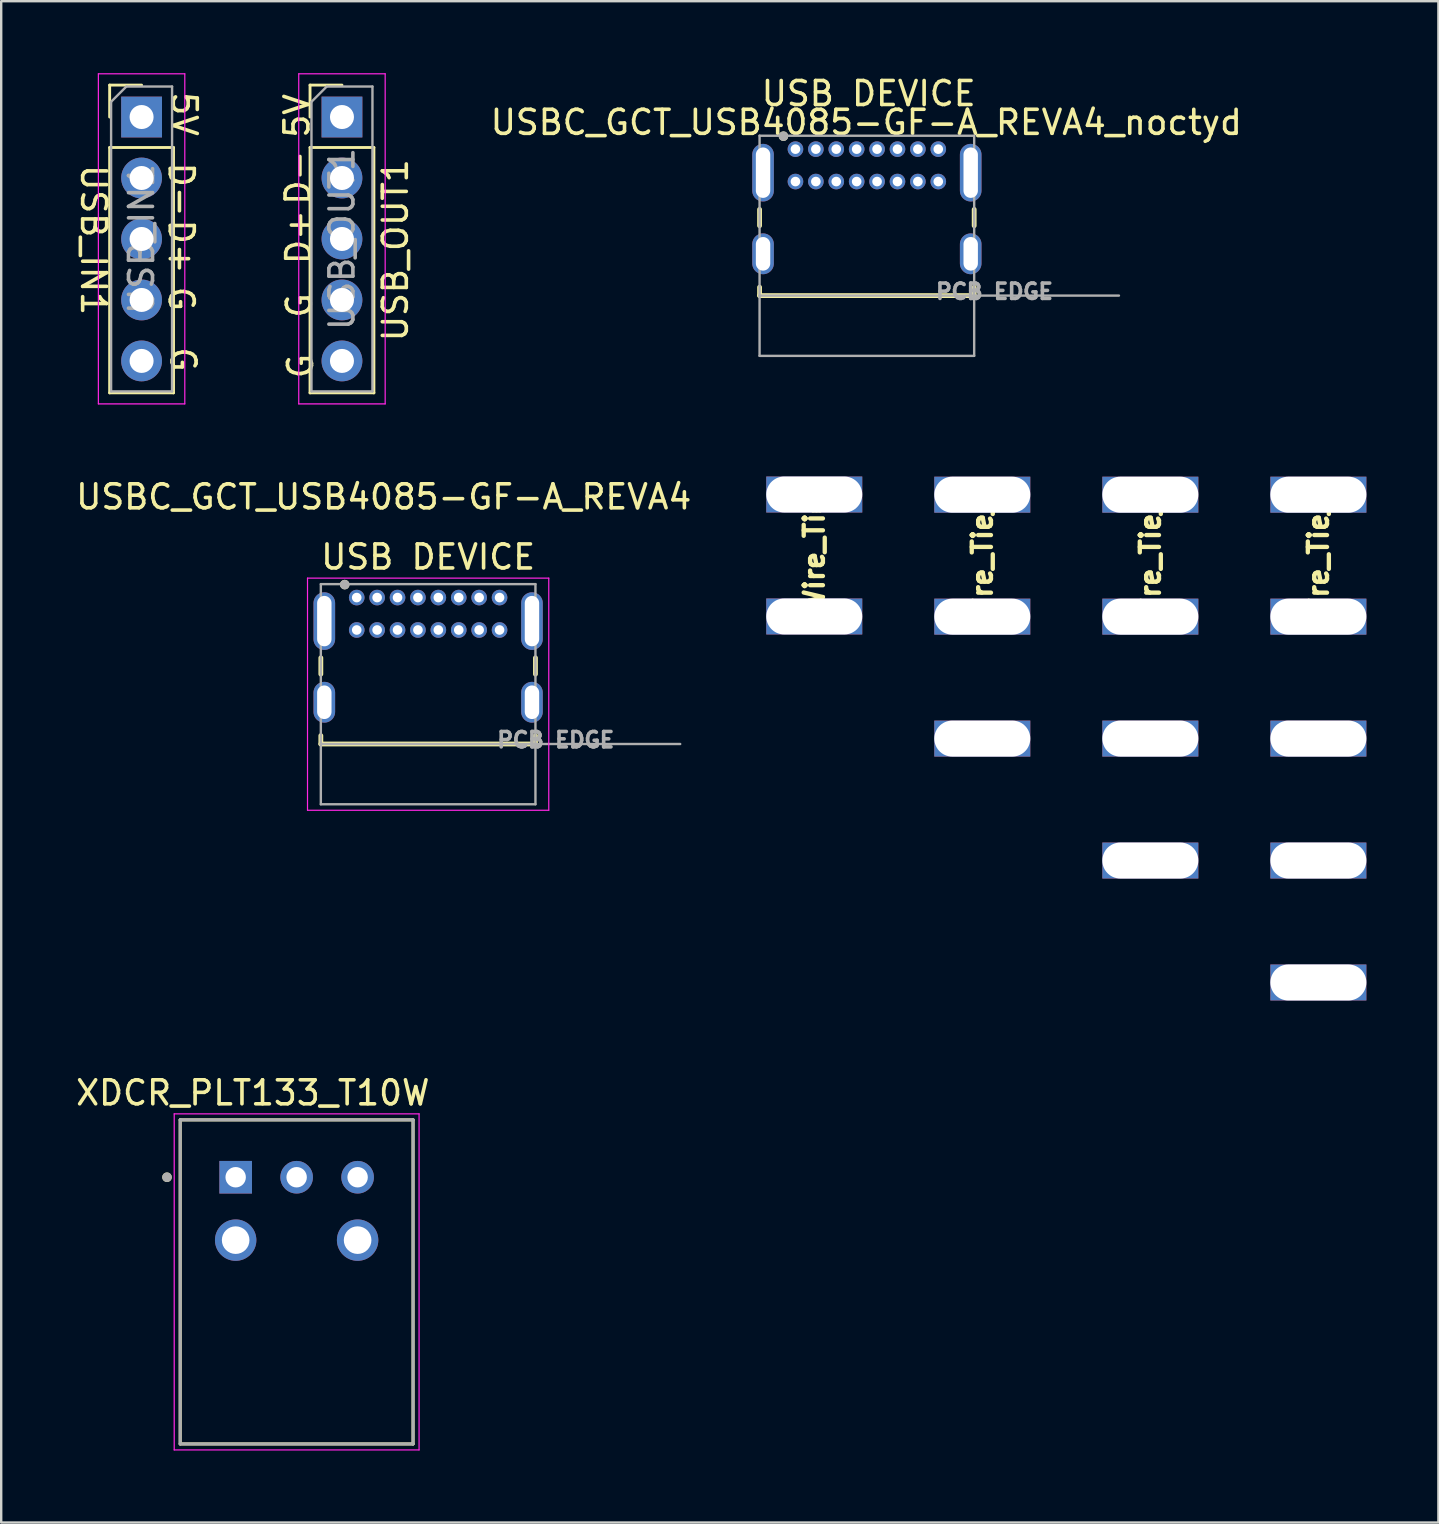
<source format=kicad_pcb>
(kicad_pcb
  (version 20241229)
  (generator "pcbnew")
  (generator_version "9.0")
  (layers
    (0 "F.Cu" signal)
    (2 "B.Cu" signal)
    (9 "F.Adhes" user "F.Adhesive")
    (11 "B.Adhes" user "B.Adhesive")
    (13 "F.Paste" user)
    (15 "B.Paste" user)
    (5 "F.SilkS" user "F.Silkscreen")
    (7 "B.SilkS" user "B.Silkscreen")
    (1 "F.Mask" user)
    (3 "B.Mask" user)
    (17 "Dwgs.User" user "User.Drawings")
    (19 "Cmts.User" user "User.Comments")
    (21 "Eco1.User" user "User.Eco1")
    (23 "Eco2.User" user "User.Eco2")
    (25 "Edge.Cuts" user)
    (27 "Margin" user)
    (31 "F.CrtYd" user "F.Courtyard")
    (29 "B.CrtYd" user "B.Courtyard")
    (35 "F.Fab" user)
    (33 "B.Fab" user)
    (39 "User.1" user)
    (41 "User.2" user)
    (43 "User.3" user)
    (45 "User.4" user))
  (footprint "USBC_GCT_USB4085-GF-A_REVA4"
    (layer "F.Cu")
    (at 14.785 26.203)
    (property "Reference" "USBC_GCT_USB4085-GF-A_REVA4" (at -1.85 -8.555 180) (layer "F.SilkS") (effects (font (size 1 1) (thickness 0.15))))
    (property "Label" "USB DEVICE" (at 0 0 0) (layer "F.Fab") (hide yes) (effects (font (size 1.27 1.27) (thickness 0.15))))
    (attr through_hole)
    (fp_line (start -4.47 -1.85) (end -4.47 -1.17) (stroke (width 0.2) (type solid)) (layer "F.SilkS"))
    (fp_line (start -4.47 1.39) (end -4.47 1.74) (stroke (width 0.2) (type solid)) (layer "F.SilkS"))
    (fp_line (start -4.47 1.74) (end 4.47 1.74) (stroke (width 0.2) (type solid)) (layer "F.SilkS"))
    (fp_line (start 4.47 -1.85) (end 4.47 -1.17) (stroke (width 0.2) (type solid)) (layer "F.SilkS"))
    (fp_line (start 4.47 1.74) (end 4.47 1.39) (stroke (width 0.2) (type solid)) (layer "F.SilkS"))
    (fp_circle (center -3.475 -4.9) (end -3.375 -4.9) (stroke (width 0.2) (type solid)) (fill no) (layer "F.SilkS"))
    (fp_line (start -5.025 -5.17) (end 5.025 -5.17) (stroke (width 0.05) (type solid)) (layer "F.CrtYd"))
    (fp_line (start -5.025 4.5) (end -5.025 -5.17) (stroke (width 0.05) (type solid)) (layer "F.CrtYd"))
    (fp_line (start 5.025 -5.17) (end 5.025 4.5) (stroke (width 0.05) (type solid)) (layer "F.CrtYd"))
    (fp_line (start 5.025 4.5) (end -5.025 4.5) (stroke (width 0.05) (type solid)) (layer "F.CrtYd"))
    (fp_line (start -4.47 -4.92) (end 4.47 -4.92) (stroke (width 0.1) (type solid)) (layer "F.Fab"))
    (fp_line (start -4.47 1.74) (end -4.47 -4.92) (stroke (width 0.1) (type solid)) (layer "F.Fab"))
    (fp_line (start -4.47 1.74) (end 10.5 1.74) (stroke (width 0.1) (type solid)) (layer "F.Fab"))
    (fp_line (start -4.47 4.25) (end -4.47 1.74) (stroke (width 0.1) (type solid)) (layer "F.Fab"))
    (fp_line (start 4.47 -4.92) (end 4.47 4.25) (stroke (width 0.1) (type solid)) (layer "F.Fab"))
    (fp_line (start 4.47 4.25) (end -4.47 4.25) (stroke (width 0.1) (type solid)) (layer "F.Fab"))
    (fp_circle (center -3.475 -4.9) (end -3.375 -4.9) (stroke (width 0.2) (type solid)) (fill no) (layer "F.Fab"))
    (fp_text user "${Label}" (at 0 -6.05 180) (layer "F.SilkS") (effects (font (size 1 1) (thickness 0.15))))
    (fp_text user "PCB EDGE" (at 5.315 1.57 180) (layer "F.Fab") (effects (font (size 0.64 0.64) (thickness 0.15))))
    (pad "A1" thru_hole circle (at -2.975 -4.36) (size 0.65 0.65) (drill 0.4) (layers "*.Cu" "*.Mask"))
    (pad "A4" thru_hole circle (at -2.125 -4.36) (size 0.65 0.65) (drill 0.4) (layers "*.Cu" "*.Mask"))
    (pad "A5" thru_hole circle (at -1.275 -4.36) (size 0.65 0.65) (drill 0.4) (layers "*.Cu" "*.Mask"))
    (pad "A6" thru_hole circle (at -0.425 -4.36) (size 0.65 0.65) (drill 0.4) (layers "*.Cu" "*.Mask"))
    (pad "A7" thru_hole circle (at 0.425 -4.36) (size 0.65 0.65) (drill 0.4) (layers "*.Cu" "*.Mask"))
    (pad "A8" thru_hole circle (at 1.275 -4.36) (size 0.65 0.65) (drill 0.4) (layers "*.Cu" "*.Mask"))
    (pad "A9" thru_hole circle (at 2.125 -4.36) (size 0.65 0.65) (drill 0.4) (layers "*.Cu" "*.Mask"))
    (pad "A12" thru_hole circle (at 2.975 -4.36) (size 0.65 0.65) (drill 0.4) (layers "*.Cu" "*.Mask"))
    (pad "B1" thru_hole circle (at 2.975 -3.01) (size 0.65 0.65) (drill 0.4) (layers "*.Cu" "*.Mask"))
    (pad "B4" thru_hole circle (at 2.125 -3.01) (size 0.65 0.65) (drill 0.4) (layers "*.Cu" "*.Mask"))
    (pad "B5" thru_hole circle (at 1.275 -3.01) (size 0.65 0.65) (drill 0.4) (layers "*.Cu" "*.Mask"))
    (pad "B6" thru_hole circle (at 0.425 -3.01) (size 0.65 0.65) (drill 0.4) (layers "*.Cu" "*.Mask"))
    (pad "B7" thru_hole circle (at -0.425 -3.01) (size 0.65 0.65) (drill 0.4) (layers "*.Cu" "*.Mask"))
    (pad "B8" thru_hole circle (at -1.275 -3.01) (size 0.65 0.65) (drill 0.4) (layers "*.Cu" "*.Mask"))
    (pad "B9" thru_hole circle (at -2.125 -3.01) (size 0.65 0.65) (drill 0.4) (layers "*.Cu" "*.Mask"))
    (pad "B12" thru_hole circle (at -2.975 -3.01) (size 0.65 0.65) (drill 0.4) (layers "*.Cu" "*.Mask"))
    (pad "S1" thru_hole oval (at -4.325 0) (size 0.9 1.7) (drill oval 0.6 1.4) (layers "*.Cu" "*.Mask"))
    (pad "S2" thru_hole oval (at 4.325 0) (size 0.9 1.7) (drill oval 0.6 1.4) (layers "*.Cu" "*.Mask"))
    (pad "S3" thru_hole oval (at -4.325 -3.38) (size 0.9 2.4) (drill oval 0.6 2.1) (layers "*.Cu" "*.Mask"))
    (pad "S4" thru_hole oval (at 4.325 -3.38) (size 0.9 2.4) (drill oval 0.6 2.1) (layers "*.Cu" "*.Mask")))
  (footprint "USBC_GCT_USB4085-GF-A_REVA4_noctyd"
    (layer "F.Cu")
    (at 33.061 7.523)
    (property "Reference" "USBC_GCT_USB4085-GF-A_REVA4_noctyd" (at -0.025 -5.475 180) (layer "F.SilkS") (effects (font (size 1 1) (thickness 0.15))))
    (property "Label" "USB DEVICE" (at 0 0 0) (layer "F.Fab") (hide yes) (effects (font (size 1.27 1.27) (thickness 0.15))))
    (attr through_hole)
    (fp_line (start -4.47 -1.85) (end -4.47 -1.17) (stroke (width 0.2) (type solid)) (layer "F.SilkS"))
    (fp_line (start -4.47 1.39) (end -4.47 1.74) (stroke (width 0.2) (type solid)) (layer "F.SilkS"))
    (fp_line (start -4.47 1.74) (end 4.47 1.74) (stroke (width 0.2) (type solid)) (layer "F.SilkS"))
    (fp_line (start 4.47 -1.85) (end 4.47 -1.17) (stroke (width 0.2) (type solid)) (layer "F.SilkS"))
    (fp_line (start 4.47 1.74) (end 4.47 1.39) (stroke (width 0.2) (type solid)) (layer "F.SilkS"))
    (fp_circle (center -3.475 -4.9) (end -3.375 -4.9) (stroke (width 0.2) (type solid)) (fill no) (layer "F.SilkS"))
    (fp_line (start -4.47 -4.92) (end 4.47 -4.92) (stroke (width 0.1) (type solid)) (layer "F.Fab"))
    (fp_line (start -4.47 1.74) (end -4.47 -4.92) (stroke (width 0.1) (type solid)) (layer "F.Fab"))
    (fp_line (start -4.47 1.74) (end 10.5 1.74) (stroke (width 0.1) (type solid)) (layer "F.Fab"))
    (fp_line (start -4.47 4.25) (end -4.47 1.74) (stroke (width 0.1) (type solid)) (layer "F.Fab"))
    (fp_line (start 4.47 -4.92) (end 4.47 4.25) (stroke (width 0.1) (type solid)) (layer "F.Fab"))
    (fp_line (start 4.47 4.25) (end -4.47 4.25) (stroke (width 0.1) (type solid)) (layer "F.Fab"))
    (fp_circle (center -3.475 -4.9) (end -3.375 -4.9) (stroke (width 0.2) (type solid)) (fill no) (layer "F.Fab"))
    (fp_text user "${Label}" (at 0.075 -6.675 180) (layer "F.SilkS") (effects (font (size 1 1) (thickness 0.15))))
    (fp_text user "PCB EDGE" (at 5.315 1.57 180) (layer "F.Fab") (effects (font (size 0.64 0.64) (thickness 0.15))))
    (pad "A1" thru_hole circle (at -2.975 -4.36) (size 0.65 0.65) (drill 0.4) (layers "*.Cu" "*.Mask"))
    (pad "A4" thru_hole circle (at -2.125 -4.36) (size 0.65 0.65) (drill 0.4) (layers "*.Cu" "*.Mask"))
    (pad "A5" thru_hole circle (at -1.275 -4.36) (size 0.65 0.65) (drill 0.4) (layers "*.Cu" "*.Mask"))
    (pad "A6" thru_hole circle (at -0.425 -4.36) (size 0.65 0.65) (drill 0.4) (layers "*.Cu" "*.Mask"))
    (pad "A7" thru_hole circle (at 0.425 -4.36) (size 0.65 0.65) (drill 0.4) (layers "*.Cu" "*.Mask"))
    (pad "A8" thru_hole circle (at 1.275 -4.36) (size 0.65 0.65) (drill 0.4) (layers "*.Cu" "*.Mask"))
    (pad "A9" thru_hole circle (at 2.125 -4.36) (size 0.65 0.65) (drill 0.4) (layers "*.Cu" "*.Mask"))
    (pad "A12" thru_hole circle (at 2.975 -4.36) (size 0.65 0.65) (drill 0.4) (layers "*.Cu" "*.Mask"))
    (pad "B1" thru_hole circle (at 2.975 -3.01) (size 0.65 0.65) (drill 0.4) (layers "*.Cu" "*.Mask"))
    (pad "B4" thru_hole circle (at 2.125 -3.01) (size 0.65 0.65) (drill 0.4) (layers "*.Cu" "*.Mask"))
    (pad "B5" thru_hole circle (at 1.275 -3.01) (size 0.65 0.65) (drill 0.4) (layers "*.Cu" "*.Mask"))
    (pad "B6" thru_hole circle (at 0.425 -3.01) (size 0.65 0.65) (drill 0.4) (layers "*.Cu" "*.Mask"))
    (pad "B7" thru_hole circle (at -0.425 -3.01) (size 0.65 0.65) (drill 0.4) (layers "*.Cu" "*.Mask"))
    (pad "B8" thru_hole circle (at -1.275 -3.01) (size 0.65 0.65) (drill 0.4) (layers "*.Cu" "*.Mask"))
    (pad "B9" thru_hole circle (at -2.125 -3.01) (size 0.65 0.65) (drill 0.4) (layers "*.Cu" "*.Mask"))
    (pad "B12" thru_hole circle (at -2.975 -3.01) (size 0.65 0.65) (drill 0.4) (layers "*.Cu" "*.Mask"))
    (pad "S1" thru_hole oval (at -4.325 0) (size 0.9 1.7) (drill oval 0.6 1.4) (layers "*.Cu" "*.Mask"))
    (pad "S2" thru_hole oval (at 4.325 0) (size 0.9 1.7) (drill oval 0.6 1.4) (layers "*.Cu" "*.Mask"))
    (pad "S3" thru_hole oval (at -4.325 -3.38) (size 0.9 2.4) (drill oval 0.6 2.1) (layers "*.Cu" "*.Mask"))
    (pad "S4" thru_hole oval (at 4.325 -3.38) (size 0.9 2.4) (drill oval 0.6 2.1) (layers "*.Cu" "*.Mask")))
  (footprint "Wire_Tie"
    (layer "F.Cu")
    (at 30.869 17.55)
    (property "Reference" "Wire_Tie" (at 0 2.5 90) (layer "F.SilkS") (effects (font (size 0.8 0.8) (thickness 0.18))))
    (attr through_hole)
    (pad "1" thru_hole rect (at 0 0) (size 4 1.5) (drill oval 4 1.5) (layers "*.Cu" "*.Mask"))
    (pad "2" thru_hole rect (at 0 5.08) (size 4 1.5) (drill oval 4 1.5) (layers "*.Cu" "*.Mask")))
  (footprint "USB_OUT1"
    (layer "F.Cu")
    (at 11.195 1.825)
    (property "Reference" "USB_OUT1" (at 2.225 5.55 90) (unlocked yes) (layer "F.SilkS") (effects (font (size 1 1) (thickness 0.15))))
    (attr through_hole exclude_from_bom)
    (fp_line (start -1.33 -1.33) (end 0 -1.33) (stroke (width 0.12) (type solid)) (layer "F.SilkS"))
    (fp_line (start -1.33 0) (end -1.33 -1.33) (stroke (width 0.12) (type solid)) (layer "F.SilkS"))
    (fp_line (start -1.33 1.27) (end -1.33 11.49) (stroke (width 0.12) (type solid)) (layer "F.SilkS"))
    (fp_line (start -1.33 1.27) (end 1.33 1.27) (stroke (width 0.12) (type solid)) (layer "F.SilkS"))
    (fp_line (start -1.33 11.49) (end 1.33 11.49) (stroke (width 0.12) (type solid)) (layer "F.SilkS"))
    (fp_line (start 1.33 1.27) (end 1.33 11.49) (stroke (width 0.12) (type solid)) (layer "F.SilkS"))
    (fp_line (start -1.8 -1.8) (end -1.8 11.95) (stroke (width 0.05) (type solid)) (layer "F.CrtYd"))
    (fp_line (start -1.8 11.95) (end 1.8 11.95) (stroke (width 0.05) (type solid)) (layer "F.CrtYd"))
    (fp_line (start 1.8 -1.8) (end -1.8 -1.8) (stroke (width 0.05) (type solid)) (layer "F.CrtYd"))
    (fp_line (start 1.8 11.95) (end 1.8 -1.8) (stroke (width 0.05) (type solid)) (layer "F.CrtYd"))
    (fp_line (start -1.27 -0.635) (end -0.635 -1.27) (stroke (width 0.1) (type solid)) (layer "F.Fab"))
    (fp_line (start -1.27 11.43) (end -1.27 -0.635) (stroke (width 0.1) (type solid)) (layer "F.Fab"))
    (fp_line (start -0.635 -1.27) (end 1.27 -1.27) (stroke (width 0.1) (type solid)) (layer "F.Fab"))
    (fp_line (start 1.27 -1.27) (end 1.27 11.43) (stroke (width 0.1) (type solid)) (layer "F.Fab"))
    (fp_line (start 1.27 11.43) (end -1.27 11.43) (stroke (width 0.1) (type solid)) (layer "F.Fab"))
    (fp_text user "G" (at -1.775 7.85 90) (unlocked yes) (layer "F.SilkS") (effects (font (size 1 1) (thickness 0.15))))
    (fp_text user "D-" (at -1.825 2.525 90) (unlocked yes) (layer "F.SilkS") (effects (font (size 1 1) (thickness 0.15))))
    (fp_text user "D+" (at -1.8 5 90) (unlocked yes) (layer "F.SilkS") (effects (font (size 1 1) (thickness 0.15))))
    (fp_text user "5V" (at -1.875 -0.05 90) (unlocked yes) (layer "F.SilkS") (effects (font (size 1 1) (thickness 0.15))))
    (fp_text user "G" (at -1.725 10.375 90) (unlocked yes) (layer "F.SilkS") (effects (font (size 1 1) (thickness 0.15))))
    (fp_text user "${REFERENCE}" (at 0 5.08 90) (layer "F.Fab") (effects (font (size 1 1) (thickness 0.15))))
    (pad "1" thru_hole rect (at 0 0) (size 1.7 1.7) (drill 1) (layers "*.Cu" "*.Mask"))
    (pad "2" thru_hole oval (at 0 2.54) (size 1.7 1.7) (drill 1) (layers "*.Cu" "*.Mask"))
    (pad "3" thru_hole oval (at 0 5.08) (size 1.7 1.7) (drill 1) (layers "*.Cu" "*.Mask"))
    (pad "4" thru_hole oval (at 0 7.62) (size 1.7 1.7) (drill 1) (layers "*.Cu" "*.Mask"))
    (pad "5" thru_hole oval (at 0 10.16) (size 1.7 1.7) (drill 1) (layers "*.Cu" "*.Mask")))
  (footprint "Wire_Tie_4"
    (layer "F.Cu")
    (at 44.869 17.557)
    (property "Reference" "Wire_Tie_4" (at 0 2.5 90) (layer "F.SilkS") (effects (font (size 0.8 0.8) (thickness 0.18))))
    (attr through_hole)
    (pad "1" thru_hole rect (at 0 0) (size 4 1.5) (drill oval 4 1.5) (layers "*.Cu" "*.Mask"))
    (pad "2" thru_hole rect (at 0 5.08) (size 4 1.5) (drill oval 4 1.5) (layers "*.Cu" "*.Mask"))
    (pad "3" thru_hole rect (at 0 10.16) (size 4 1.5) (drill oval 4 1.5) (layers "*.Cu" "*.Mask"))
    (pad "4" thru_hole rect (at 0 15.24) (size 4 1.5) (drill oval 4 1.5) (layers "*.Cu" "*.Mask")))
  (footprint "XDCR_PLT133_T10W"
    (layer "F.Cu")
    (at 9.307 48.61)
    (property "Reference" "XDCR_PLT133_T10W" (at -1.825 -6.135 0) (layer "F.SilkS") (effects (font (size 1 1) (thickness 0.15))))
    (attr through_hole)
    (fp_line (start -4.85 -5.01) (end 4.85 -5.01) (stroke (width 0.127) (type solid)) (layer "F.SilkS"))
    (fp_line (start -4.85 8.49) (end -4.85 -5.01) (stroke (width 0.127) (type solid)) (layer "F.SilkS"))
    (fp_line (start -4.85 8.49) (end 4.85 8.49) (stroke (width 0.127) (type solid)) (layer "F.SilkS"))
    (fp_line (start 4.85 8.49) (end 4.85 -5.01) (stroke (width 0.127) (type solid)) (layer "F.SilkS"))
    (fp_circle (center -5.4 -2.62) (end -5.3 -2.62) (stroke (width 0.2) (type solid)) (fill no) (layer "F.SilkS"))
    (fp_line (start -5.1 -5.26) (end 5.1 -5.26) (stroke (width 0.05) (type solid)) (layer "F.CrtYd"))
    (fp_line (start -5.1 8.74) (end -5.1 -5.26) (stroke (width 0.05) (type solid)) (layer "F.CrtYd"))
    (fp_line (start 5.1 -5.26) (end 5.1 8.74) (stroke (width 0.05) (type solid)) (layer "F.CrtYd"))
    (fp_line (start 5.1 8.74) (end -5.1 8.74) (stroke (width 0.05) (type solid)) (layer "F.CrtYd"))
    (fp_line (start -4.85 -5.01) (end 4.85 -5.01) (stroke (width 0.127) (type solid)) (layer "F.Fab"))
    (fp_line (start -4.85 8.49) (end -4.85 -5.01) (stroke (width 0.127) (type solid)) (layer "F.Fab"))
    (fp_line (start -4.85 8.49) (end 4.85 8.49) (stroke (width 0.127) (type solid)) (layer "F.Fab"))
    (fp_line (start 4.85 8.49) (end 4.85 -5.01) (stroke (width 0.127) (type solid)) (layer "F.Fab"))
    (fp_circle (center -5.4 -2.62) (end -5.3 -2.62) (stroke (width 0.2) (type solid)) (fill no) (layer "F.Fab"))
    (pad "1" thru_hole rect (at -2.54 -2.62) (size 1.358 1.358) (drill 0.85) (layers "*.Cu" "*.Mask"))
    (pad "2" thru_hole circle (at 0 -2.62) (size 1.358 1.358) (drill 0.85) (layers "*.Cu" "*.Mask"))
    (pad "3" thru_hole circle (at 2.54 -2.62) (size 1.358 1.358) (drill 0.85) (layers "*.Cu" "*.Mask"))
    (pad "4" thru_hole circle (at -2.54 0) (size 1.725 1.725) (drill 1.15) (layers "*.Cu" "*.Mask"))
    (pad "5" thru_hole circle (at 2.54 0) (size 1.725 1.725) (drill 1.15) (layers "*.Cu" "*.Mask")))
  (footprint "Wire_Tie_5"
    (layer "F.Cu")
    (at 51.869 17.557)
    (property "Reference" "Wire_Tie_5" (at 0 2.5 90) (layer "F.SilkS") (effects (font (size 0.8 0.8) (thickness 0.18))))
    (attr through_hole)
    (pad "1" thru_hole rect (at 0 0) (size 4 1.5) (drill oval 4 1.5) (layers "*.Cu" "*.Mask"))
    (pad "2" thru_hole rect (at 0 5.08) (size 4 1.5) (drill oval 4 1.5) (layers "*.Cu" "*.Mask"))
    (pad "3" thru_hole rect (at 0 10.16) (size 4 1.5) (drill oval 4 1.5) (layers "*.Cu" "*.Mask"))
    (pad "4" thru_hole rect (at 0 15.24) (size 4 1.5) (drill oval 4 1.5) (layers "*.Cu" "*.Mask"))
    (pad "5" thru_hole rect (at 0 20.32) (size 4 1.5) (drill oval 4 1.5) (layers "*.Cu" "*.Mask")))
  (footprint "Wire_Tie_3"
    (layer "F.Cu")
    (at 37.869 17.557)
    (property "Reference" "Wire_Tie_3" (at 0 2.5 270) (layer "F.SilkS") (effects (font (size 0.8 0.8) (thickness 0.18))))
    (attr through_hole)
    (pad "1" thru_hole rect (at 0 0) (size 4 1.5) (drill oval 4 1.5) (layers "*.Cu" "*.Mask"))
    (pad "2" thru_hole rect (at 0 5.08) (size 4 1.5) (drill oval 4 1.5) (layers "*.Cu" "*.Mask"))
    (pad "3" thru_hole rect (at 0 10.16) (size 4 1.5) (drill oval 4 1.5) (layers "*.Cu" "*.Mask")))
  (footprint "USB_IN1"
    (layer "F.Cu")
    (at 2.848 1.825)
    (property "Reference" "USB_IN1" (at -2 5.125 270) (unlocked yes) (layer "F.SilkS") (effects (font (size 1 1) (thickness 0.15))))
    (attr through_hole exclude_from_bom)
    (fp_line (start -1.33 -1.33) (end 0 -1.33) (stroke (width 0.12) (type solid)) (layer "F.SilkS"))
    (fp_line (start -1.33 0) (end -1.33 -1.33) (stroke (width 0.12) (type solid)) (layer "F.SilkS"))
    (fp_line (start -1.33 1.27) (end -1.33 11.49) (stroke (width 0.12) (type solid)) (layer "F.SilkS"))
    (fp_line (start -1.33 1.27) (end 1.33 1.27) (stroke (width 0.12) (type solid)) (layer "F.SilkS"))
    (fp_line (start -1.33 11.49) (end 1.33 11.49) (stroke (width 0.12) (type solid)) (layer "F.SilkS"))
    (fp_line (start 1.33 1.27) (end 1.33 11.49) (stroke (width 0.12) (type solid)) (layer "F.SilkS"))
    (fp_line (start -1.8 -1.8) (end -1.8 11.95) (stroke (width 0.05) (type solid)) (layer "F.CrtYd"))
    (fp_line (start -1.8 11.95) (end 1.8 11.95) (stroke (width 0.05) (type solid)) (layer "F.CrtYd"))
    (fp_line (start 1.8 -1.8) (end -1.8 -1.8) (stroke (width 0.05) (type solid)) (layer "F.CrtYd"))
    (fp_line (start 1.8 11.95) (end 1.8 -1.8) (stroke (width 0.05) (type solid)) (layer "F.CrtYd"))
    (fp_line (start -1.27 -0.635) (end -0.635 -1.27) (stroke (width 0.1) (type solid)) (layer "F.Fab"))
    (fp_line (start -1.27 11.43) (end -1.27 -0.635) (stroke (width 0.1) (type solid)) (layer "F.Fab"))
    (fp_line (start -0.635 -1.27) (end 1.27 -1.27) (stroke (width 0.1) (type solid)) (layer "F.Fab"))
    (fp_line (start 1.27 -1.27) (end 1.27 11.43) (stroke (width 0.1) (type solid)) (layer "F.Fab"))
    (fp_line (start 1.27 11.43) (end -1.27 11.43) (stroke (width 0.1) (type solid)) (layer "F.Fab"))
    (fp_text user "D+" (at 1.65 5.4 270) (unlocked yes) (layer "F.SilkS") (effects (font (size 1 1) (thickness 0.15))))
    (fp_text user "5V" (at 1.775 -0.125 270) (unlocked yes) (layer "F.SilkS") (effects (font (size 1 1) (thickness 0.15))))
    (fp_text user "G" (at 1.65 7.575 270) (unlocked yes) (layer "F.SilkS") (effects (font (size 1 1) (thickness 0.15))))
    (fp_text user "G" (at 1.725 10.1 270) (unlocked yes) (layer "F.SilkS") (effects (font (size 1 1) (thickness 0.15))))
    (fp_text user "D-" (at 1.65 3.025 270) (unlocked yes) (layer "F.SilkS") (effects (font (size 1 1) (thickness 0.15))))
    (fp_text user "${REFERENCE}" (at 0 5.08 90) (layer "F.Fab") (effects (font (size 1 1) (thickness 0.15))))
    (pad "1" thru_hole rect (at 0 0) (size 1.7 1.7) (drill 1) (layers "*.Cu" "*.Mask"))
    (pad "2" thru_hole oval (at 0 2.54) (size 1.7 1.7) (drill 1) (layers "*.Cu" "*.Mask"))
    (pad "3" thru_hole oval (at 0 5.08) (size 1.7 1.7) (drill 1) (layers "*.Cu" "*.Mask"))
    (pad "4" thru_hole oval (at 0 7.62) (size 1.7 1.7) (drill 1) (layers "*.Cu" "*.Mask"))
    (pad "5" thru_hole oval (at 0 10.16) (size 1.7 1.7) (drill 1) (layers "*.Cu" "*.Mask")))
  (gr_rect
    (start -3 -3)
    (end 56.869 60.375)
    (stroke (width 0.1) (type default))
    (fill no)
    (layer "Edge.Cuts")))
</source>
